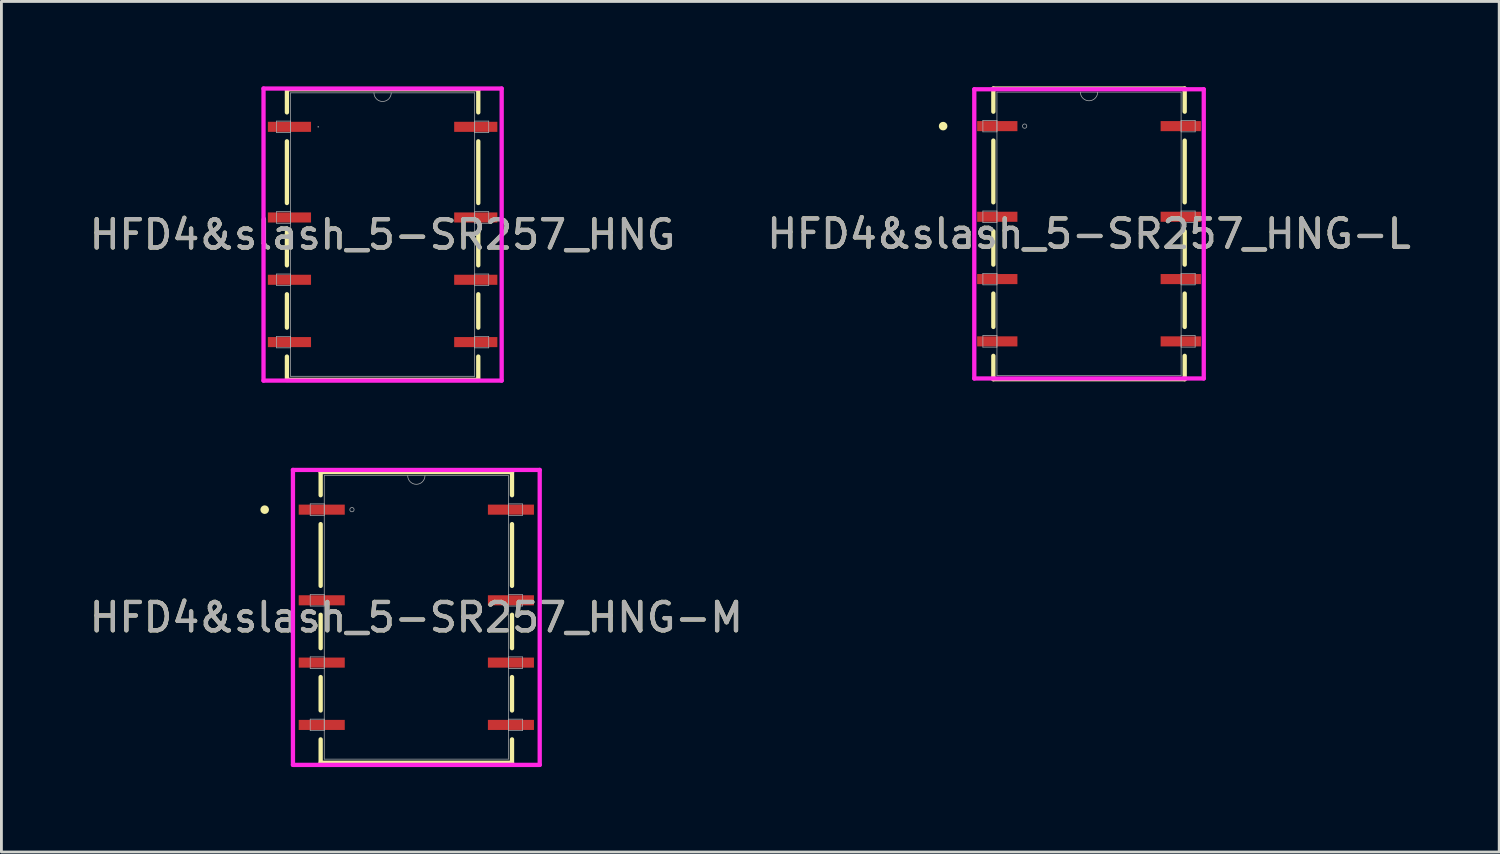
<source format=kicad_pcb>
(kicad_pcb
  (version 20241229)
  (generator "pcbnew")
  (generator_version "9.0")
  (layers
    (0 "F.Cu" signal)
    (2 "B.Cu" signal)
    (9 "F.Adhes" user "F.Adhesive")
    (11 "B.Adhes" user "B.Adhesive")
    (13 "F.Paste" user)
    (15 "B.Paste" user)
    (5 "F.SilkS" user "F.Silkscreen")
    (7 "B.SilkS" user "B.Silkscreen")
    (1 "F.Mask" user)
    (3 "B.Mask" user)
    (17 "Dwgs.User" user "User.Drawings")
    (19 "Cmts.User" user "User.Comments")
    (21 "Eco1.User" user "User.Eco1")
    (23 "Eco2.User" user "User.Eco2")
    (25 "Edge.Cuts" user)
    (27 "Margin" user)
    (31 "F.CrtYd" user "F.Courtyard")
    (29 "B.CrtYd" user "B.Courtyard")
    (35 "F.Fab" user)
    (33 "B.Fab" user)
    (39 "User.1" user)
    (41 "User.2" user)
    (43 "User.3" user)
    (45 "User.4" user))
  (footprint "HFD4&slash_5-SR257_HNG-M"
    (layer "F.Cu")
    (at 11.649 18.748)
    (property "Reference" "HFD4&slash_5-SR257_HNG-M" (at 0 0 0) (unlocked yes) (layer "F.SilkS") (effects (font (size 1 1) (thickness 0.15))))
    (attr smd)
    (fp_line (start -3.378 -5.131) (end -3.378 -4.314) (stroke (width 0.152) (type solid)) (layer "F.SilkS"))
    (fp_line (start -3.378 -3.293) (end -3.378 -1.114) (stroke (width 0.152) (type solid)) (layer "F.SilkS"))
    (fp_line (start -3.378 -0.093) (end -3.378 1.086) (stroke (width 0.152) (type solid)) (layer "F.SilkS"))
    (fp_line (start -3.378 2.107) (end -3.378 3.286) (stroke (width 0.152) (type solid)) (layer "F.SilkS"))
    (fp_line (start -3.378 4.307) (end -3.378 5.131) (stroke (width 0.152) (type solid)) (layer "F.SilkS"))
    (fp_line (start -3.378 5.131) (end 3.378 5.131) (stroke (width 0.152) (type solid)) (layer "F.SilkS"))
    (fp_line (start 3.378 -5.131) (end -3.378 -5.131) (stroke (width 0.152) (type solid)) (layer "F.SilkS"))
    (fp_line (start 3.378 -4.314) (end 3.378 -5.131) (stroke (width 0.152) (type solid)) (layer "F.SilkS"))
    (fp_line (start 3.378 -1.114) (end 3.378 -3.293) (stroke (width 0.152) (type solid)) (layer "F.SilkS"))
    (fp_line (start 3.378 1.086) (end 3.378 -0.093) (stroke (width 0.152) (type solid)) (layer "F.SilkS"))
    (fp_line (start 3.378 3.286) (end 3.378 2.107) (stroke (width 0.152) (type solid)) (layer "F.SilkS"))
    (fp_line (start 3.378 5.131) (end 3.378 4.307) (stroke (width 0.152) (type solid)) (layer "F.SilkS"))
    (fp_circle (center -5.354 -3.804) (end -5.278 -3.804) (stroke (width 0.152) (type solid)) (fill no) (layer "F.SilkS"))
    (fp_line (start -4.356 -5.207) (end 4.356 -5.207) (stroke (width 0.152) (type solid)) (layer "F.CrtYd"))
    (fp_line (start -4.356 5.207) (end -4.356 -5.207) (stroke (width 0.152) (type solid)) (layer "F.CrtYd"))
    (fp_line (start 4.356 -5.207) (end 4.356 5.207) (stroke (width 0.152) (type solid)) (layer "F.CrtYd"))
    (fp_line (start 4.356 5.207) (end -4.356 5.207) (stroke (width 0.152) (type solid)) (layer "F.CrtYd"))
    (fp_line (start -3.747 -4.007) (end -3.747 -3.601) (stroke (width 0.025) (type solid)) (layer "F.Fab"))
    (fp_line (start -3.747 -3.601) (end -3.251 -3.601) (stroke (width 0.025) (type solid)) (layer "F.Fab"))
    (fp_line (start -3.747 -0.807) (end -3.747 -0.401) (stroke (width 0.025) (type solid)) (layer "F.Fab"))
    (fp_line (start -3.747 -0.401) (end -3.251 -0.401) (stroke (width 0.025) (type solid)) (layer "F.Fab"))
    (fp_line (start -3.747 1.393) (end -3.747 1.799) (stroke (width 0.025) (type solid)) (layer "F.Fab"))
    (fp_line (start -3.747 1.799) (end -3.251 1.799) (stroke (width 0.025) (type solid)) (layer "F.Fab"))
    (fp_line (start -3.747 3.593) (end -3.747 3.999) (stroke (width 0.025) (type solid)) (layer "F.Fab"))
    (fp_line (start -3.747 3.999) (end -3.251 3.999) (stroke (width 0.025) (type solid)) (layer "F.Fab"))
    (fp_line (start -3.251 -5.004) (end -3.251 5.004) (stroke (width 0.025) (type solid)) (layer "F.Fab"))
    (fp_line (start -3.251 -4.007) (end -3.747 -4.007) (stroke (width 0.025) (type solid)) (layer "F.Fab"))
    (fp_line (start -3.251 -3.601) (end -3.251 -4.007) (stroke (width 0.025) (type solid)) (layer "F.Fab"))
    (fp_line (start -3.251 -0.807) (end -3.747 -0.807) (stroke (width 0.025) (type solid)) (layer "F.Fab"))
    (fp_line (start -3.251 -0.401) (end -3.251 -0.807) (stroke (width 0.025) (type solid)) (layer "F.Fab"))
    (fp_line (start -3.251 1.393) (end -3.747 1.393) (stroke (width 0.025) (type solid)) (layer "F.Fab"))
    (fp_line (start -3.251 1.799) (end -3.251 1.393) (stroke (width 0.025) (type solid)) (layer "F.Fab"))
    (fp_line (start -3.251 3.593) (end -3.747 3.593) (stroke (width 0.025) (type solid)) (layer "F.Fab"))
    (fp_line (start -3.251 3.999) (end -3.251 3.593) (stroke (width 0.025) (type solid)) (layer "F.Fab"))
    (fp_line (start -3.251 5.004) (end 3.251 5.004) (stroke (width 0.025) (type solid)) (layer "F.Fab"))
    (fp_line (start 3.251 -5.004) (end -3.251 -5.004) (stroke (width 0.025) (type solid)) (layer "F.Fab"))
    (fp_line (start 3.251 -4.007) (end 3.251 -3.601) (stroke (width 0.025) (type solid)) (layer "F.Fab"))
    (fp_line (start 3.251 -3.601) (end 3.747 -3.601) (stroke (width 0.025) (type solid)) (layer "F.Fab"))
    (fp_line (start 3.251 -0.807) (end 3.251 -0.401) (stroke (width 0.025) (type solid)) (layer "F.Fab"))
    (fp_line (start 3.251 -0.401) (end 3.747 -0.401) (stroke (width 0.025) (type solid)) (layer "F.Fab"))
    (fp_line (start 3.251 1.393) (end 3.251 1.799) (stroke (width 0.025) (type solid)) (layer "F.Fab"))
    (fp_line (start 3.251 1.799) (end 3.747 1.799) (stroke (width 0.025) (type solid)) (layer "F.Fab"))
    (fp_line (start 3.251 3.593) (end 3.251 3.999) (stroke (width 0.025) (type solid)) (layer "F.Fab"))
    (fp_line (start 3.251 3.999) (end 3.747 3.999) (stroke (width 0.025) (type solid)) (layer "F.Fab"))
    (fp_line (start 3.251 5.004) (end 3.251 -5.004) (stroke (width 0.025) (type solid)) (layer "F.Fab"))
    (fp_line (start 3.747 -4.007) (end 3.251 -4.007) (stroke (width 0.025) (type solid)) (layer "F.Fab"))
    (fp_line (start 3.747 -3.601) (end 3.747 -4.007) (stroke (width 0.025) (type solid)) (layer "F.Fab"))
    (fp_line (start 3.747 -0.807) (end 3.251 -0.807) (stroke (width 0.025) (type solid)) (layer "F.Fab"))
    (fp_line (start 3.747 -0.401) (end 3.747 -0.807) (stroke (width 0.025) (type solid)) (layer "F.Fab"))
    (fp_line (start 3.747 1.393) (end 3.251 1.393) (stroke (width 0.025) (type solid)) (layer "F.Fab"))
    (fp_line (start 3.747 1.799) (end 3.747 1.393) (stroke (width 0.025) (type solid)) (layer "F.Fab"))
    (fp_line (start 3.747 3.593) (end 3.251 3.593) (stroke (width 0.025) (type solid)) (layer "F.Fab"))
    (fp_line (start 3.747 3.999) (end 3.747 3.593) (stroke (width 0.025) (type solid)) (layer "F.Fab"))
    (fp_arc (start 0.3048 -5.0038) (mid 0 -4.699) (end -0.3048 -5.0038) (stroke (width 0.0254) (type solid)) (layer "F.Fab"))
    (fp_circle (center -2.273 -3.804) (end -2.197 -3.804) (stroke (width 0.025) (type solid)) (fill no) (layer "F.Fab"))
    (fp_text user "${REFERENCE}" (at 0 0 0) (unlocked yes) (layer "F.Fab") (effects (font (size 1 1) (thickness 0.15))))
    (pad "1" smd rect (at -3.34 -3.804) (size 1.626 0.356) (layers "F.Cu" "F.Mask" "F.Paste"))
    (pad "2" smd rect (at -3.34 -0.604) (size 1.626 0.356) (layers "F.Cu" "F.Mask" "F.Paste"))
    (pad "3" smd rect (at -3.34 1.596) (size 1.626 0.356) (layers "F.Cu" "F.Mask" "F.Paste"))
    (pad "4" smd rect (at -3.34 3.796) (size 1.626 0.356) (layers "F.Cu" "F.Mask" "F.Paste"))
    (pad "5" smd rect (at 3.34 3.796) (size 1.626 0.356) (layers "F.Cu" "F.Mask" "F.Paste"))
    (pad "6" smd rect (at 3.34 1.596) (size 1.626 0.356) (layers "F.Cu" "F.Mask" "F.Paste"))
    (pad "7" smd rect (at 3.34 -0.604) (size 1.626 0.356) (layers "F.Cu" "F.Mask" "F.Paste"))
    (pad "8" smd rect (at 3.34 -3.804) (size 1.626 0.356) (layers "F.Cu" "F.Mask" "F.Paste")))
  (footprint "HFD4&slash_5-SR257_HNG"
    (layer "F.Cu")
    (at 10.458 5.232)
    (property "Reference" "HFD4&slash_5-SR257_HNG" (at 0 0 0) (unlocked yes) (layer "F.SilkS") (effects (font (size 1 1) (thickness 0.15))))
    (attr smd)
    (fp_line (start -3.378 -5.131) (end -3.378 -4.314) (stroke (width 0.152) (type solid)) (layer "F.SilkS"))
    (fp_line (start -3.378 -3.293) (end -3.378 -1.114) (stroke (width 0.152) (type solid)) (layer "F.SilkS"))
    (fp_line (start -3.378 -0.093) (end -3.378 1.086) (stroke (width 0.152) (type solid)) (layer "F.SilkS"))
    (fp_line (start -3.378 2.107) (end -3.378 3.286) (stroke (width 0.152) (type solid)) (layer "F.SilkS"))
    (fp_line (start -3.378 4.307) (end -3.378 5.131) (stroke (width 0.152) (type solid)) (layer "F.SilkS"))
    (fp_line (start -3.378 5.131) (end 3.378 5.131) (stroke (width 0.152) (type solid)) (layer "F.SilkS"))
    (fp_line (start 3.378 -5.131) (end -3.378 -5.131) (stroke (width 0.152) (type solid)) (layer "F.SilkS"))
    (fp_line (start 3.378 -4.314) (end 3.378 -5.131) (stroke (width 0.152) (type solid)) (layer "F.SilkS"))
    (fp_line (start 3.378 -1.114) (end 3.378 -3.293) (stroke (width 0.152) (type solid)) (layer "F.SilkS"))
    (fp_line (start 3.378 1.086) (end 3.378 -0.093) (stroke (width 0.152) (type solid)) (layer "F.SilkS"))
    (fp_line (start 3.378 3.286) (end 3.378 2.107) (stroke (width 0.152) (type solid)) (layer "F.SilkS"))
    (fp_line (start 3.378 5.131) (end 3.378 4.307) (stroke (width 0.152) (type solid)) (layer "F.SilkS"))
    (fp_line (start -4.204 -5.156) (end 4.204 -5.156) (stroke (width 0.152) (type solid)) (layer "F.CrtYd"))
    (fp_line (start -4.204 5.156) (end -4.204 -5.156) (stroke (width 0.152) (type solid)) (layer "F.CrtYd"))
    (fp_line (start 4.204 -5.156) (end 4.204 5.156) (stroke (width 0.152) (type solid)) (layer "F.CrtYd"))
    (fp_line (start 4.204 5.156) (end -4.204 5.156) (stroke (width 0.152) (type solid)) (layer "F.CrtYd"))
    (fp_line (start -3.747 -4.007) (end -3.747 -3.601) (stroke (width 0.025) (type solid)) (layer "F.Fab"))
    (fp_line (start -3.747 -3.601) (end -3.251 -3.601) (stroke (width 0.025) (type solid)) (layer "F.Fab"))
    (fp_line (start -3.747 -0.807) (end -3.747 -0.401) (stroke (width 0.025) (type solid)) (layer "F.Fab"))
    (fp_line (start -3.747 -0.401) (end -3.251 -0.401) (stroke (width 0.025) (type solid)) (layer "F.Fab"))
    (fp_line (start -3.747 1.393) (end -3.747 1.799) (stroke (width 0.025) (type solid)) (layer "F.Fab"))
    (fp_line (start -3.747 1.799) (end -3.251 1.799) (stroke (width 0.025) (type solid)) (layer "F.Fab"))
    (fp_line (start -3.747 3.593) (end -3.747 3.999) (stroke (width 0.025) (type solid)) (layer "F.Fab"))
    (fp_line (start -3.747 3.999) (end -3.251 3.999) (stroke (width 0.025) (type solid)) (layer "F.Fab"))
    (fp_line (start -3.251 -5.004) (end -3.251 5.004) (stroke (width 0.025) (type solid)) (layer "F.Fab"))
    (fp_line (start -3.251 -4.007) (end -3.747 -4.007) (stroke (width 0.025) (type solid)) (layer "F.Fab"))
    (fp_line (start -3.251 -3.601) (end -3.251 -4.007) (stroke (width 0.025) (type solid)) (layer "F.Fab"))
    (fp_line (start -3.251 -0.807) (end -3.747 -0.807) (stroke (width 0.025) (type solid)) (layer "F.Fab"))
    (fp_line (start -3.251 -0.401) (end -3.251 -0.807) (stroke (width 0.025) (type solid)) (layer "F.Fab"))
    (fp_line (start -3.251 1.393) (end -3.747 1.393) (stroke (width 0.025) (type solid)) (layer "F.Fab"))
    (fp_line (start -3.251 1.799) (end -3.251 1.393) (stroke (width 0.025) (type solid)) (layer "F.Fab"))
    (fp_line (start -3.251 3.593) (end -3.747 3.593) (stroke (width 0.025) (type solid)) (layer "F.Fab"))
    (fp_line (start -3.251 3.999) (end -3.251 3.593) (stroke (width 0.025) (type solid)) (layer "F.Fab"))
    (fp_line (start -3.251 5.004) (end 3.251 5.004) (stroke (width 0.025) (type solid)) (layer "F.Fab"))
    (fp_line (start 3.251 -5.004) (end -3.251 -5.004) (stroke (width 0.025) (type solid)) (layer "F.Fab"))
    (fp_line (start 3.251 -4.007) (end 3.251 -3.601) (stroke (width 0.025) (type solid)) (layer "F.Fab"))
    (fp_line (start 3.251 -3.601) (end 3.747 -3.601) (stroke (width 0.025) (type solid)) (layer "F.Fab"))
    (fp_line (start 3.251 -0.807) (end 3.251 -0.401) (stroke (width 0.025) (type solid)) (layer "F.Fab"))
    (fp_line (start 3.251 -0.401) (end 3.747 -0.401) (stroke (width 0.025) (type solid)) (layer "F.Fab"))
    (fp_line (start 3.251 1.393) (end 3.251 1.799) (stroke (width 0.025) (type solid)) (layer "F.Fab"))
    (fp_line (start 3.251 1.799) (end 3.747 1.799) (stroke (width 0.025) (type solid)) (layer "F.Fab"))
    (fp_line (start 3.251 3.593) (end 3.251 3.999) (stroke (width 0.025) (type solid)) (layer "F.Fab"))
    (fp_line (start 3.251 3.999) (end 3.747 3.999) (stroke (width 0.025) (type solid)) (layer "F.Fab"))
    (fp_line (start 3.251 5.004) (end 3.251 -5.004) (stroke (width 0.025) (type solid)) (layer "F.Fab"))
    (fp_line (start 3.747 -4.007) (end 3.251 -4.007) (stroke (width 0.025) (type solid)) (layer "F.Fab"))
    (fp_line (start 3.747 -3.601) (end 3.747 -4.007) (stroke (width 0.025) (type solid)) (layer "F.Fab"))
    (fp_line (start 3.747 -0.807) (end 3.251 -0.807) (stroke (width 0.025) (type solid)) (layer "F.Fab"))
    (fp_line (start 3.747 -0.401) (end 3.747 -0.807) (stroke (width 0.025) (type solid)) (layer "F.Fab"))
    (fp_line (start 3.747 1.393) (end 3.251 1.393) (stroke (width 0.025) (type solid)) (layer "F.Fab"))
    (fp_line (start 3.747 1.799) (end 3.747 1.393) (stroke (width 0.025) (type solid)) (layer "F.Fab"))
    (fp_line (start 3.747 3.593) (end 3.251 3.593) (stroke (width 0.025) (type solid)) (layer "F.Fab"))
    (fp_line (start 3.747 3.999) (end 3.747 3.593) (stroke (width 0.025) (type solid)) (layer "F.Fab"))
    (fp_arc (start 0.3048 -5.0038) (mid 0 -4.699) (end -0.3048 -5.0038) (stroke (width 0.0254) (type solid)) (layer "F.Fab"))
    (fp_circle (center -2.273 -3.804) (end -2.273 -3.804) (stroke (width 0.025) (type solid)) (fill no) (layer "F.Fab"))
    (fp_text user "${REFERENCE}" (at 0 0 0) (unlocked yes) (layer "F.Fab") (effects (font (size 1 1) (thickness 0.15))))
    (pad "1" smd rect (at -3.289 -3.804) (size 1.524 0.356) (layers "F.Cu" "F.Mask" "F.Paste"))
    (pad "2" smd rect (at -3.289 -0.604) (size 1.524 0.356) (layers "F.Cu" "F.Mask" "F.Paste"))
    (pad "3" smd rect (at -3.289 1.596) (size 1.524 0.356) (layers "F.Cu" "F.Mask" "F.Paste"))
    (pad "4" smd rect (at -3.289 3.796) (size 1.524 0.356) (layers "F.Cu" "F.Mask" "F.Paste"))
    (pad "5" smd rect (at 3.289 3.796) (size 1.524 0.356) (layers "F.Cu" "F.Mask" "F.Paste"))
    (pad "6" smd rect (at 3.289 1.596) (size 1.524 0.356) (layers "F.Cu" "F.Mask" "F.Paste"))
    (pad "7" smd rect (at 3.289 -0.604) (size 1.524 0.356) (layers "F.Cu" "F.Mask" "F.Paste"))
    (pad "8" smd rect (at 3.289 -3.804) (size 1.524 0.356) (layers "F.Cu" "F.Mask" "F.Paste")))
  (footprint "HFD4&slash_5-SR257_HNG-L"
    (layer "F.Cu")
    (at 35.399 5.207)
    (property "Reference" "HFD4&slash_5-SR257_HNG-L" (at 0 0 0) (unlocked yes) (layer "F.SilkS") (effects (font (size 1 1) (thickness 0.15))))
    (attr smd)
    (fp_line (start -3.378 -5.131) (end -3.378 -4.314) (stroke (width 0.152) (type solid)) (layer "F.SilkS"))
    (fp_line (start -3.378 -3.293) (end -3.378 -1.114) (stroke (width 0.152) (type solid)) (layer "F.SilkS"))
    (fp_line (start -3.378 -0.093) (end -3.378 1.086) (stroke (width 0.152) (type solid)) (layer "F.SilkS"))
    (fp_line (start -3.378 2.107) (end -3.378 3.286) (stroke (width 0.152) (type solid)) (layer "F.SilkS"))
    (fp_line (start -3.378 4.307) (end -3.378 5.131) (stroke (width 0.152) (type solid)) (layer "F.SilkS"))
    (fp_line (start -3.378 5.131) (end 3.378 5.131) (stroke (width 0.152) (type solid)) (layer "F.SilkS"))
    (fp_line (start 3.378 -5.131) (end -3.378 -5.131) (stroke (width 0.152) (type solid)) (layer "F.SilkS"))
    (fp_line (start 3.378 -4.314) (end 3.378 -5.131) (stroke (width 0.152) (type solid)) (layer "F.SilkS"))
    (fp_line (start 3.378 -1.114) (end 3.378 -3.293) (stroke (width 0.152) (type solid)) (layer "F.SilkS"))
    (fp_line (start 3.378 1.086) (end 3.378 -0.093) (stroke (width 0.152) (type solid)) (layer "F.SilkS"))
    (fp_line (start 3.378 3.286) (end 3.378 2.107) (stroke (width 0.152) (type solid)) (layer "F.SilkS"))
    (fp_line (start 3.378 5.131) (end 3.378 4.307) (stroke (width 0.152) (type solid)) (layer "F.SilkS"))
    (fp_circle (center -5.151 -3.804) (end -5.075 -3.804) (stroke (width 0.152) (type solid)) (fill no) (layer "F.SilkS"))
    (fp_line (start -4.051 -5.105) (end 4.051 -5.105) (stroke (width 0.152) (type solid)) (layer "F.CrtYd"))
    (fp_line (start -4.051 5.105) (end -4.051 -5.105) (stroke (width 0.152) (type solid)) (layer "F.CrtYd"))
    (fp_line (start 4.051 -5.105) (end 4.051 5.105) (stroke (width 0.152) (type solid)) (layer "F.CrtYd"))
    (fp_line (start 4.051 5.105) (end -4.051 5.105) (stroke (width 0.152) (type solid)) (layer "F.CrtYd"))
    (fp_line (start -3.747 -4.007) (end -3.747 -3.601) (stroke (width 0.025) (type solid)) (layer "F.Fab"))
    (fp_line (start -3.747 -3.601) (end -3.251 -3.601) (stroke (width 0.025) (type solid)) (layer "F.Fab"))
    (fp_line (start -3.747 -0.807) (end -3.747 -0.401) (stroke (width 0.025) (type solid)) (layer "F.Fab"))
    (fp_line (start -3.747 -0.401) (end -3.251 -0.401) (stroke (width 0.025) (type solid)) (layer "F.Fab"))
    (fp_line (start -3.747 1.393) (end -3.747 1.799) (stroke (width 0.025) (type solid)) (layer "F.Fab"))
    (fp_line (start -3.747 1.799) (end -3.251 1.799) (stroke (width 0.025) (type solid)) (layer "F.Fab"))
    (fp_line (start -3.747 3.593) (end -3.747 3.999) (stroke (width 0.025) (type solid)) (layer "F.Fab"))
    (fp_line (start -3.747 3.999) (end -3.251 3.999) (stroke (width 0.025) (type solid)) (layer "F.Fab"))
    (fp_line (start -3.251 -5.004) (end -3.251 5.004) (stroke (width 0.025) (type solid)) (layer "F.Fab"))
    (fp_line (start -3.251 -4.007) (end -3.747 -4.007) (stroke (width 0.025) (type solid)) (layer "F.Fab"))
    (fp_line (start -3.251 -3.601) (end -3.251 -4.007) (stroke (width 0.025) (type solid)) (layer "F.Fab"))
    (fp_line (start -3.251 -0.807) (end -3.747 -0.807) (stroke (width 0.025) (type solid)) (layer "F.Fab"))
    (fp_line (start -3.251 -0.401) (end -3.251 -0.807) (stroke (width 0.025) (type solid)) (layer "F.Fab"))
    (fp_line (start -3.251 1.393) (end -3.747 1.393) (stroke (width 0.025) (type solid)) (layer "F.Fab"))
    (fp_line (start -3.251 1.799) (end -3.251 1.393) (stroke (width 0.025) (type solid)) (layer "F.Fab"))
    (fp_line (start -3.251 3.593) (end -3.747 3.593) (stroke (width 0.025) (type solid)) (layer "F.Fab"))
    (fp_line (start -3.251 3.999) (end -3.251 3.593) (stroke (width 0.025) (type solid)) (layer "F.Fab"))
    (fp_line (start -3.251 5.004) (end 3.251 5.004) (stroke (width 0.025) (type solid)) (layer "F.Fab"))
    (fp_line (start 3.251 -5.004) (end -3.251 -5.004) (stroke (width 0.025) (type solid)) (layer "F.Fab"))
    (fp_line (start 3.251 -4.007) (end 3.251 -3.601) (stroke (width 0.025) (type solid)) (layer "F.Fab"))
    (fp_line (start 3.251 -3.601) (end 3.747 -3.601) (stroke (width 0.025) (type solid)) (layer "F.Fab"))
    (fp_line (start 3.251 -0.807) (end 3.251 -0.401) (stroke (width 0.025) (type solid)) (layer "F.Fab"))
    (fp_line (start 3.251 -0.401) (end 3.747 -0.401) (stroke (width 0.025) (type solid)) (layer "F.Fab"))
    (fp_line (start 3.251 1.393) (end 3.251 1.799) (stroke (width 0.025) (type solid)) (layer "F.Fab"))
    (fp_line (start 3.251 1.799) (end 3.747 1.799) (stroke (width 0.025) (type solid)) (layer "F.Fab"))
    (fp_line (start 3.251 3.593) (end 3.251 3.999) (stroke (width 0.025) (type solid)) (layer "F.Fab"))
    (fp_line (start 3.251 3.999) (end 3.747 3.999) (stroke (width 0.025) (type solid)) (layer "F.Fab"))
    (fp_line (start 3.251 5.004) (end 3.251 -5.004) (stroke (width 0.025) (type solid)) (layer "F.Fab"))
    (fp_line (start 3.747 -4.007) (end 3.251 -4.007) (stroke (width 0.025) (type solid)) (layer "F.Fab"))
    (fp_line (start 3.747 -3.601) (end 3.747 -4.007) (stroke (width 0.025) (type solid)) (layer "F.Fab"))
    (fp_line (start 3.747 -0.807) (end 3.251 -0.807) (stroke (width 0.025) (type solid)) (layer "F.Fab"))
    (fp_line (start 3.747 -0.401) (end 3.747 -0.807) (stroke (width 0.025) (type solid)) (layer "F.Fab"))
    (fp_line (start 3.747 1.393) (end 3.251 1.393) (stroke (width 0.025) (type solid)) (layer "F.Fab"))
    (fp_line (start 3.747 1.799) (end 3.747 1.393) (stroke (width 0.025) (type solid)) (layer "F.Fab"))
    (fp_line (start 3.747 3.593) (end 3.251 3.593) (stroke (width 0.025) (type solid)) (layer "F.Fab"))
    (fp_line (start 3.747 3.999) (end 3.747 3.593) (stroke (width 0.025) (type solid)) (layer "F.Fab"))
    (fp_arc (start 0.3048 -5.0038) (mid 0 -4.699) (end -0.3048 -5.0038) (stroke (width 0.0254) (type solid)) (layer "F.Fab"))
    (fp_circle (center -2.273 -3.804) (end -2.197 -3.804) (stroke (width 0.025) (type solid)) (fill no) (layer "F.Fab"))
    (fp_text user "${REFERENCE}" (at 0 0 0) (unlocked yes) (layer "F.Fab") (effects (font (size 1 1) (thickness 0.15))))
    (pad "1" smd rect (at -3.239 -3.804) (size 1.422 0.356) (layers "F.Cu" "F.Mask" "F.Paste"))
    (pad "2" smd rect (at -3.239 -0.604) (size 1.422 0.356) (layers "F.Cu" "F.Mask" "F.Paste"))
    (pad "3" smd rect (at -3.239 1.596) (size 1.422 0.356) (layers "F.Cu" "F.Mask" "F.Paste"))
    (pad "4" smd rect (at -3.239 3.796) (size 1.422 0.356) (layers "F.Cu" "F.Mask" "F.Paste"))
    (pad "5" smd rect (at 3.239 3.796) (size 1.422 0.356) (layers "F.Cu" "F.Mask" "F.Paste"))
    (pad "6" smd rect (at 3.239 1.596) (size 1.422 0.356) (layers "F.Cu" "F.Mask" "F.Paste"))
    (pad "7" smd rect (at 3.239 -0.604) (size 1.422 0.356) (layers "F.Cu" "F.Mask" "F.Paste"))
    (pad "8" smd rect (at 3.239 -3.804) (size 1.422 0.356) (layers "F.Cu" "F.Mask" "F.Paste")))
  (gr_rect
    (start -3 -3)
    (end 49.881 27.031)
    (stroke (width 0.1) (type default))
    (fill no)
    (layer "Edge.Cuts")))
</source>
